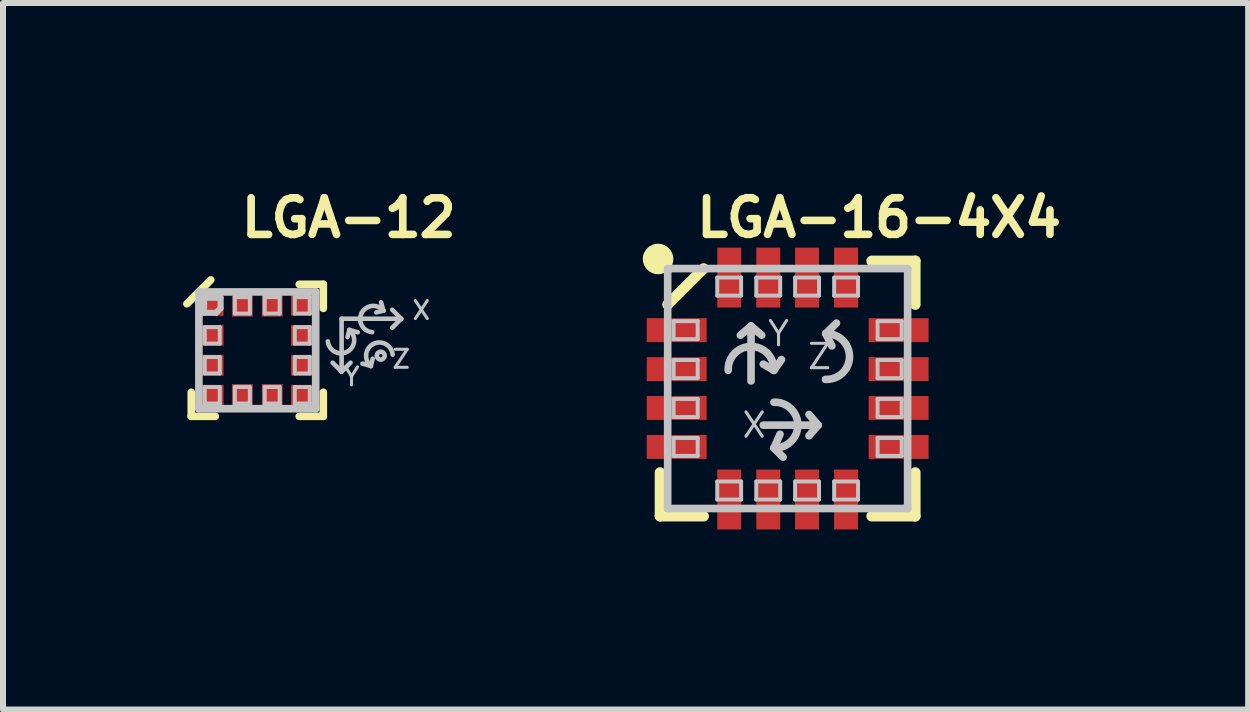
<source format=kicad_pcb>
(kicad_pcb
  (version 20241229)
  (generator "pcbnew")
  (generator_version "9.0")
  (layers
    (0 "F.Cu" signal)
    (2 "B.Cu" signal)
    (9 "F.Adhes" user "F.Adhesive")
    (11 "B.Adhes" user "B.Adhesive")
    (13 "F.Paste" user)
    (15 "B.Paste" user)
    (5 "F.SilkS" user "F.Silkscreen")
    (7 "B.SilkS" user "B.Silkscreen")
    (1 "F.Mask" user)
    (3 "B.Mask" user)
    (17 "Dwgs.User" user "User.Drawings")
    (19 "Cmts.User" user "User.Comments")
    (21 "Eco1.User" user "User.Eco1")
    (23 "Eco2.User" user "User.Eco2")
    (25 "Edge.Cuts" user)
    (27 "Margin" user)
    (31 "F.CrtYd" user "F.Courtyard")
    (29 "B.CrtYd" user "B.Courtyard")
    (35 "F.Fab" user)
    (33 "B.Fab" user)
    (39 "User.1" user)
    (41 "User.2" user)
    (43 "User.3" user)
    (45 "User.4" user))
  (footprint "LGA-16-4X4"
    (layer "F.Cu")
    (at 10.074 3.424)
    (property "Reference" "LGA-16-4X4" (at 1.524 -2.845 0) (layer "F.SilkS") (effects (font (size 0.61 0.61) (thickness 0.127))))
    (attr smd)
    (fp_line (start -2.126 2.126) (end -2.126 1.4) (stroke (width 0.178) (type solid)) (layer "F.SilkS"))
    (fp_line (start -2.126 2.126) (end -1.4 2.126) (stroke (width 0.178) (type solid)) (layer "F.SilkS"))
    (fp_line (start -1.999 -1.4) (end -1.4 -1.999) (stroke (width 0.178) (type solid)) (layer "F.SilkS"))
    (fp_line (start 2.126 -2.126) (end 1.4 -2.126) (stroke (width 0.178) (type solid)) (layer "F.SilkS"))
    (fp_line (start 2.126 -2.126) (end 2.126 -1.4) (stroke (width 0.178) (type solid)) (layer "F.SilkS"))
    (fp_line (start 2.126 2.126) (end 1.4 2.126) (stroke (width 0.178) (type solid)) (layer "F.SilkS"))
    (fp_line (start 2.126 2.126) (end 2.126 1.4) (stroke (width 0.178) (type solid)) (layer "F.SilkS"))
    (fp_circle (center -2.159 -2.159) (end -2.159 -2.413) (stroke (width 0) (type solid)) (fill yes) (layer "F.SilkS"))
    (fp_line (start -1.999 -1.999) (end 1.999 -1.999) (stroke (width 0.127) (type solid)) (layer "Dwgs.User"))
    (fp_line (start -1.999 1.999) (end -1.999 -1.999) (stroke (width 0.127) (type solid)) (layer "Dwgs.User"))
    (fp_line (start -1.9 -1.123) (end -1.499 -1.123) (stroke (width 0.066) (type solid)) (layer "Dwgs.User"))
    (fp_line (start -1.9 -0.823) (end -1.9 -1.123) (stroke (width 0.066) (type solid)) (layer "Dwgs.User"))
    (fp_line (start -1.9 -0.823) (end -1.499 -0.823) (stroke (width 0.066) (type solid)) (layer "Dwgs.User"))
    (fp_line (start -1.9 -0.475) (end -1.499 -0.475) (stroke (width 0.066) (type solid)) (layer "Dwgs.User"))
    (fp_line (start -1.9 -0.173) (end -1.9 -0.475) (stroke (width 0.066) (type solid)) (layer "Dwgs.User"))
    (fp_line (start -1.9 -0.173) (end -1.499 -0.173) (stroke (width 0.066) (type solid)) (layer "Dwgs.User"))
    (fp_line (start -1.9 0.173) (end -1.499 0.173) (stroke (width 0.066) (type solid)) (layer "Dwgs.User"))
    (fp_line (start -1.9 0.475) (end -1.9 0.173) (stroke (width 0.066) (type solid)) (layer "Dwgs.User"))
    (fp_line (start -1.9 0.475) (end -1.499 0.475) (stroke (width 0.066) (type solid)) (layer "Dwgs.User"))
    (fp_line (start -1.9 0.823) (end -1.499 0.823) (stroke (width 0.066) (type solid)) (layer "Dwgs.User"))
    (fp_line (start -1.9 1.123) (end -1.9 0.823) (stroke (width 0.066) (type solid)) (layer "Dwgs.User"))
    (fp_line (start -1.9 1.123) (end -1.499 1.123) (stroke (width 0.066) (type solid)) (layer "Dwgs.User"))
    (fp_line (start -1.499 -0.823) (end -1.499 -1.123) (stroke (width 0.066) (type solid)) (layer "Dwgs.User"))
    (fp_line (start -1.499 -0.173) (end -1.499 -0.475) (stroke (width 0.066) (type solid)) (layer "Dwgs.User"))
    (fp_line (start -1.499 0.475) (end -1.499 0.173) (stroke (width 0.066) (type solid)) (layer "Dwgs.User"))
    (fp_line (start -1.499 1.123) (end -1.499 0.823) (stroke (width 0.066) (type solid)) (layer "Dwgs.User"))
    (fp_line (start -1.173 -1.849) (end -0.775 -1.849) (stroke (width 0.066) (type solid)) (layer "Dwgs.User"))
    (fp_line (start -1.173 -1.549) (end -1.173 -1.849) (stroke (width 0.066) (type solid)) (layer "Dwgs.User"))
    (fp_line (start -1.173 -1.549) (end -0.775 -1.549) (stroke (width 0.066) (type solid)) (layer "Dwgs.User"))
    (fp_line (start -1.173 1.549) (end -0.775 1.549) (stroke (width 0.066) (type solid)) (layer "Dwgs.User"))
    (fp_line (start -1.173 1.849) (end -1.173 1.549) (stroke (width 0.066) (type solid)) (layer "Dwgs.User"))
    (fp_line (start -1.173 1.849) (end -0.775 1.849) (stroke (width 0.066) (type solid)) (layer "Dwgs.User"))
    (fp_line (start -0.775 -1.549) (end -0.775 -1.849) (stroke (width 0.066) (type solid)) (layer "Dwgs.User"))
    (fp_line (start -0.775 1.849) (end -0.775 1.549) (stroke (width 0.066) (type solid)) (layer "Dwgs.User"))
    (fp_line (start -0.61 -1.041) (end -0.787 -0.889) (stroke (width 0.127) (type solid)) (layer "Dwgs.User"))
    (fp_line (start -0.61 -1.041) (end -0.61 -0.127) (stroke (width 0.127) (type solid)) (layer "Dwgs.User"))
    (fp_line (start -0.61 -1.041) (end -0.432 -0.889) (stroke (width 0.127) (type solid)) (layer "Dwgs.User"))
    (fp_line (start -0.523 -1.849) (end -0.124 -1.849) (stroke (width 0.066) (type solid)) (layer "Dwgs.User"))
    (fp_line (start -0.523 -1.549) (end -0.523 -1.849) (stroke (width 0.066) (type solid)) (layer "Dwgs.User"))
    (fp_line (start -0.523 -1.549) (end -0.124 -1.549) (stroke (width 0.066) (type solid)) (layer "Dwgs.User"))
    (fp_line (start -0.523 1.549) (end -0.124 1.549) (stroke (width 0.066) (type solid)) (layer "Dwgs.User"))
    (fp_line (start -0.523 1.849) (end -0.523 1.549) (stroke (width 0.066) (type solid)) (layer "Dwgs.User"))
    (fp_line (start -0.523 1.849) (end -0.124 1.849) (stroke (width 0.066) (type solid)) (layer "Dwgs.User"))
    (fp_line (start -0.229 -0.305) (end -0.406 -0.406) (stroke (width 0.127) (type solid)) (layer "Dwgs.User"))
    (fp_line (start -0.229 -0.305) (end -0.102 -0.483) (stroke (width 0.127) (type solid)) (layer "Dwgs.User"))
    (fp_line (start -0.229 0.991) (end -0.127 0.762) (stroke (width 0.127) (type solid)) (layer "Dwgs.User"))
    (fp_line (start -0.229 0.991) (end -0.076 1.143) (stroke (width 0.127) (type solid)) (layer "Dwgs.User"))
    (fp_line (start -0.124 -1.549) (end -0.124 -1.849) (stroke (width 0.066) (type solid)) (layer "Dwgs.User"))
    (fp_line (start -0.124 1.849) (end -0.124 1.549) (stroke (width 0.066) (type solid)) (layer "Dwgs.User"))
    (fp_line (start 0.124 -1.849) (end 0.523 -1.849) (stroke (width 0.066) (type solid)) (layer "Dwgs.User"))
    (fp_line (start 0.124 -1.549) (end 0.124 -1.849) (stroke (width 0.066) (type solid)) (layer "Dwgs.User"))
    (fp_line (start 0.124 -1.549) (end 0.523 -1.549) (stroke (width 0.066) (type solid)) (layer "Dwgs.User"))
    (fp_line (start 0.124 1.549) (end 0.523 1.549) (stroke (width 0.066) (type solid)) (layer "Dwgs.User"))
    (fp_line (start 0.124 1.849) (end 0.124 1.549) (stroke (width 0.066) (type solid)) (layer "Dwgs.User"))
    (fp_line (start 0.124 1.849) (end 0.523 1.849) (stroke (width 0.066) (type solid)) (layer "Dwgs.User"))
    (fp_line (start 0.508 0.61) (end -0.406 0.61) (stroke (width 0.127) (type solid)) (layer "Dwgs.User"))
    (fp_line (start 0.508 0.61) (end 0.356 0.432) (stroke (width 0.127) (type solid)) (layer "Dwgs.User"))
    (fp_line (start 0.508 0.61) (end 0.356 0.787) (stroke (width 0.127) (type solid)) (layer "Dwgs.User"))
    (fp_line (start 0.523 -1.549) (end 0.523 -1.849) (stroke (width 0.066) (type solid)) (layer "Dwgs.User"))
    (fp_line (start 0.523 1.849) (end 0.523 1.549) (stroke (width 0.066) (type solid)) (layer "Dwgs.User"))
    (fp_line (start 0.635 -0.914) (end 0.737 -0.711) (stroke (width 0.127) (type solid)) (layer "Dwgs.User"))
    (fp_line (start 0.635 -0.914) (end 0.813 -1.09) (stroke (width 0.127) (type solid)) (layer "Dwgs.User"))
    (fp_line (start 0.775 -1.849) (end 1.173 -1.849) (stroke (width 0.066) (type solid)) (layer "Dwgs.User"))
    (fp_line (start 0.775 -1.549) (end 0.775 -1.849) (stroke (width 0.066) (type solid)) (layer "Dwgs.User"))
    (fp_line (start 0.775 -1.549) (end 1.173 -1.549) (stroke (width 0.066) (type solid)) (layer "Dwgs.User"))
    (fp_line (start 0.775 1.549) (end 1.173 1.549) (stroke (width 0.066) (type solid)) (layer "Dwgs.User"))
    (fp_line (start 0.775 1.849) (end 0.775 1.549) (stroke (width 0.066) (type solid)) (layer "Dwgs.User"))
    (fp_line (start 0.775 1.849) (end 1.173 1.849) (stroke (width 0.066) (type solid)) (layer "Dwgs.User"))
    (fp_line (start 1.173 -1.549) (end 1.173 -1.849) (stroke (width 0.066) (type solid)) (layer "Dwgs.User"))
    (fp_line (start 1.173 1.849) (end 1.173 1.549) (stroke (width 0.066) (type solid)) (layer "Dwgs.User"))
    (fp_line (start 1.499 -1.123) (end 1.9 -1.123) (stroke (width 0.066) (type solid)) (layer "Dwgs.User"))
    (fp_line (start 1.499 -0.823) (end 1.499 -1.123) (stroke (width 0.066) (type solid)) (layer "Dwgs.User"))
    (fp_line (start 1.499 -0.823) (end 1.9 -0.823) (stroke (width 0.066) (type solid)) (layer "Dwgs.User"))
    (fp_line (start 1.499 -0.475) (end 1.9 -0.475) (stroke (width 0.066) (type solid)) (layer "Dwgs.User"))
    (fp_line (start 1.499 -0.173) (end 1.499 -0.475) (stroke (width 0.066) (type solid)) (layer "Dwgs.User"))
    (fp_line (start 1.499 -0.173) (end 1.9 -0.173) (stroke (width 0.066) (type solid)) (layer "Dwgs.User"))
    (fp_line (start 1.499 0.173) (end 1.9 0.173) (stroke (width 0.066) (type solid)) (layer "Dwgs.User"))
    (fp_line (start 1.499 0.475) (end 1.499 0.173) (stroke (width 0.066) (type solid)) (layer "Dwgs.User"))
    (fp_line (start 1.499 0.475) (end 1.9 0.475) (stroke (width 0.066) (type solid)) (layer "Dwgs.User"))
    (fp_line (start 1.499 0.823) (end 1.9 0.823) (stroke (width 0.066) (type solid)) (layer "Dwgs.User"))
    (fp_line (start 1.499 1.123) (end 1.499 0.823) (stroke (width 0.066) (type solid)) (layer "Dwgs.User"))
    (fp_line (start 1.499 1.123) (end 1.9 1.123) (stroke (width 0.066) (type solid)) (layer "Dwgs.User"))
    (fp_line (start 1.9 -0.823) (end 1.9 -1.123) (stroke (width 0.066) (type solid)) (layer "Dwgs.User"))
    (fp_line (start 1.9 -0.173) (end 1.9 -0.475) (stroke (width 0.066) (type solid)) (layer "Dwgs.User"))
    (fp_line (start 1.9 0.475) (end 1.9 0.173) (stroke (width 0.066) (type solid)) (layer "Dwgs.User"))
    (fp_line (start 1.9 1.123) (end 1.9 0.823) (stroke (width 0.066) (type solid)) (layer "Dwgs.User"))
    (fp_line (start 1.999 -1.999) (end 1.999 1.999) (stroke (width 0.127) (type solid)) (layer "Dwgs.User"))
    (fp_line (start 1.999 1.999) (end -1.999 1.999) (stroke (width 0.127) (type solid)) (layer "Dwgs.User"))
    (fp_arc (start -0.9906 -0.3048) (mid -0.607208 -0.701337) (end -0.228821 -0.300022) (stroke (width 0.127) (type solid)) (layer "Dwgs.User"))
    (fp_arc (start -0.2286 0.2286) (mid 0.170595 0.609454) (end -0.228309 0.990613) (stroke (width 0.127) (type solid)) (layer "Dwgs.User"))
    (fp_arc (start 0.635 -0.9144) (mid 1.031537 -0.531008) (end 0.630222 -0.152621) (stroke (width 0.127) (type solid)) (layer "Dwgs.User"))
    (fp_text user "X" (at -0.559 0.61 0) (layer "Dwgs.User") (effects (font (size 0.406 0.406) (thickness 0.051))))
    (fp_text user "Y" (at -0.152 -0.914 0) (layer "Dwgs.User") (effects (font (size 0.406 0.406) (thickness 0.051))))
    (fp_text user "Z" (at 0.533 -0.533 0) (layer "Dwgs.User") (effects (font (size 0.406 0.406) (thickness 0.051))))
    (pad "1" smd rect (at -1.849 -0.973 180) (size 0.998 0.399) (layers "F.Cu" "F.Mask" "F.Paste"))
    (pad "2" smd rect (at -1.849 -0.323 180) (size 0.998 0.399) (layers "F.Cu" "F.Mask" "F.Paste"))
    (pad "3" smd rect (at -1.849 0.323 180) (size 0.998 0.399) (layers "F.Cu" "F.Mask" "F.Paste"))
    (pad "4" smd rect (at -1.849 0.973 180) (size 0.998 0.399) (layers "F.Cu" "F.Mask" "F.Paste"))
    (pad "5" smd rect (at -0.973 1.849 270) (size 0.998 0.399) (layers "F.Cu" "F.Mask" "F.Paste"))
    (pad "6" smd rect (at -0.323 1.849 270) (size 0.998 0.399) (layers "F.Cu" "F.Mask" "F.Paste"))
    (pad "7" smd rect (at 0.323 1.849 270) (size 0.998 0.399) (layers "F.Cu" "F.Mask" "F.Paste"))
    (pad "8" smd rect (at 0.973 1.849 270) (size 0.998 0.399) (layers "F.Cu" "F.Mask" "F.Paste"))
    (pad "9" smd rect (at 1.849 0.973) (size 0.998 0.399) (layers "F.Cu" "F.Mask" "F.Paste"))
    (pad "10" smd rect (at 1.849 0.323) (size 0.998 0.399) (layers "F.Cu" "F.Mask" "F.Paste"))
    (pad "11" smd rect (at 1.849 -0.323) (size 0.998 0.399) (layers "F.Cu" "F.Mask" "F.Paste"))
    (pad "12" smd rect (at 1.849 -0.973) (size 0.998 0.399) (layers "F.Cu" "F.Mask" "F.Paste"))
    (pad "13" smd rect (at 0.973 -1.849 90) (size 0.998 0.399) (layers "F.Cu" "F.Mask" "F.Paste"))
    (pad "14" smd rect (at 0.323 -1.849 90) (size 0.998 0.399) (layers "F.Cu" "F.Mask" "F.Paste"))
    (pad "15" smd rect (at -0.323 -1.849 90) (size 0.998 0.399) (layers "F.Cu" "F.Mask" "F.Paste"))
    (pad "16" smd rect (at -0.973 -1.849 90) (size 0.998 0.399) (layers "F.Cu" "F.Mask" "F.Paste")))
  (footprint "LGA-12"
    (layer "F.Cu")
    (at 1.237 2.787)
    (property "Reference" "LGA-12" (at 1.524 -2.207 0) (layer "F.SilkS") (effects (font (size 0.61 0.61) (thickness 0.127))))
    (attr smd)
    (fp_line (start -1.173 -0.775) (end -0.775 -1.173) (stroke (width 0.127) (type solid)) (layer "F.SilkS"))
    (fp_line (start -1.1 1.1) (end -1.1 0.699) (stroke (width 0.127) (type solid)) (layer "F.SilkS"))
    (fp_line (start -1.1 1.1) (end -0.699 1.1) (stroke (width 0.127) (type solid)) (layer "F.SilkS"))
    (fp_line (start 1.1 -1.1) (end 0.699 -1.1) (stroke (width 0.127) (type solid)) (layer "F.SilkS"))
    (fp_line (start 1.1 -1.1) (end 1.1 -0.699) (stroke (width 0.127) (type solid)) (layer "F.SilkS"))
    (fp_line (start 1.1 1.1) (end 0.699 1.1) (stroke (width 0.127) (type solid)) (layer "F.SilkS"))
    (fp_line (start 1.1 1.1) (end 1.1 0.699) (stroke (width 0.127) (type solid)) (layer "F.SilkS"))
    (fp_line (start -0.973 -0.973) (end 0.973 -0.973) (stroke (width 0.127) (type solid)) (layer "Dwgs.User"))
    (fp_line (start -0.973 0.973) (end -0.973 -0.973) (stroke (width 0.127) (type solid)) (layer "Dwgs.User"))
    (fp_line (start -0.886 -0.874) (end -0.612 -0.874) (stroke (width 0.1) (type solid)) (layer "Dwgs.User"))
    (fp_line (start -0.886 -0.625) (end -0.886 -0.874) (stroke (width 0.1) (type solid)) (layer "Dwgs.User"))
    (fp_line (start -0.874 -0.386) (end -0.625 -0.386) (stroke (width 0.066) (type solid)) (layer "Dwgs.User"))
    (fp_line (start -0.874 -0.112) (end -0.874 -0.386) (stroke (width 0.066) (type solid)) (layer "Dwgs.User"))
    (fp_line (start -0.874 -0.112) (end -0.625 -0.112) (stroke (width 0.066) (type solid)) (layer "Dwgs.User"))
    (fp_line (start -0.874 0.112) (end -0.625 0.112) (stroke (width 0.066) (type solid)) (layer "Dwgs.User"))
    (fp_line (start -0.874 0.386) (end -0.874 0.112) (stroke (width 0.066) (type solid)) (layer "Dwgs.User"))
    (fp_line (start -0.874 0.386) (end -0.625 0.386) (stroke (width 0.066) (type solid)) (layer "Dwgs.User"))
    (fp_line (start -0.874 0.612) (end -0.625 0.612) (stroke (width 0.066) (type solid)) (layer "Dwgs.User"))
    (fp_line (start -0.874 0.886) (end -0.874 0.612) (stroke (width 0.066) (type solid)) (layer "Dwgs.User"))
    (fp_line (start -0.874 0.886) (end -0.625 0.886) (stroke (width 0.066) (type solid)) (layer "Dwgs.User"))
    (fp_line (start -0.686 -0.625) (end -0.886 -0.625) (stroke (width 0.1) (type solid)) (layer "Dwgs.User"))
    (fp_line (start -0.625 -0.112) (end -0.625 -0.386) (stroke (width 0.066) (type solid)) (layer "Dwgs.User"))
    (fp_line (start -0.625 0.386) (end -0.625 0.112) (stroke (width 0.066) (type solid)) (layer "Dwgs.User"))
    (fp_line (start -0.625 0.886) (end -0.625 0.612) (stroke (width 0.066) (type solid)) (layer "Dwgs.User"))
    (fp_line (start -0.612 -0.874) (end -0.612 -0.699) (stroke (width 0.1) (type solid)) (layer "Dwgs.User"))
    (fp_line (start -0.612 -0.699) (end -0.686 -0.625) (stroke (width 0.1) (type solid)) (layer "Dwgs.User"))
    (fp_line (start -0.373 -0.886) (end -0.124 -0.886) (stroke (width 0.066) (type solid)) (layer "Dwgs.User"))
    (fp_line (start -0.373 -0.612) (end -0.373 -0.886) (stroke (width 0.066) (type solid)) (layer "Dwgs.User"))
    (fp_line (start -0.373 -0.612) (end -0.124 -0.612) (stroke (width 0.066) (type solid)) (layer "Dwgs.User"))
    (fp_line (start -0.373 0.612) (end -0.124 0.612) (stroke (width 0.066) (type solid)) (layer "Dwgs.User"))
    (fp_line (start -0.373 0.886) (end -0.373 0.612) (stroke (width 0.066) (type solid)) (layer "Dwgs.User"))
    (fp_line (start -0.373 0.886) (end -0.124 0.886) (stroke (width 0.066) (type solid)) (layer "Dwgs.User"))
    (fp_line (start -0.124 -0.612) (end -0.124 -0.886) (stroke (width 0.066) (type solid)) (layer "Dwgs.User"))
    (fp_line (start -0.124 0.886) (end -0.124 0.612) (stroke (width 0.066) (type solid)) (layer "Dwgs.User"))
    (fp_line (start 0.124 -0.886) (end 0.373 -0.886) (stroke (width 0.066) (type solid)) (layer "Dwgs.User"))
    (fp_line (start 0.124 -0.612) (end 0.124 -0.886) (stroke (width 0.066) (type solid)) (layer "Dwgs.User"))
    (fp_line (start 0.124 -0.612) (end 0.373 -0.612) (stroke (width 0.066) (type solid)) (layer "Dwgs.User"))
    (fp_line (start 0.124 0.612) (end 0.373 0.612) (stroke (width 0.066) (type solid)) (layer "Dwgs.User"))
    (fp_line (start 0.124 0.886) (end 0.124 0.612) (stroke (width 0.066) (type solid)) (layer "Dwgs.User"))
    (fp_line (start 0.124 0.886) (end 0.373 0.886) (stroke (width 0.066) (type solid)) (layer "Dwgs.User"))
    (fp_line (start 0.373 -0.612) (end 0.373 -0.886) (stroke (width 0.066) (type solid)) (layer "Dwgs.User"))
    (fp_line (start 0.373 0.886) (end 0.373 0.612) (stroke (width 0.066) (type solid)) (layer "Dwgs.User"))
    (fp_line (start 0.625 -0.886) (end 0.874 -0.886) (stroke (width 0.066) (type solid)) (layer "Dwgs.User"))
    (fp_line (start 0.625 -0.612) (end 0.625 -0.886) (stroke (width 0.066) (type solid)) (layer "Dwgs.User"))
    (fp_line (start 0.625 -0.612) (end 0.874 -0.612) (stroke (width 0.066) (type solid)) (layer "Dwgs.User"))
    (fp_line (start 0.625 -0.386) (end 0.874 -0.386) (stroke (width 0.066) (type solid)) (layer "Dwgs.User"))
    (fp_line (start 0.625 -0.112) (end 0.625 -0.386) (stroke (width 0.066) (type solid)) (layer "Dwgs.User"))
    (fp_line (start 0.625 -0.112) (end 0.874 -0.112) (stroke (width 0.066) (type solid)) (layer "Dwgs.User"))
    (fp_line (start 0.625 0.112) (end 0.874 0.112) (stroke (width 0.066) (type solid)) (layer "Dwgs.User"))
    (fp_line (start 0.625 0.386) (end 0.625 0.112) (stroke (width 0.066) (type solid)) (layer "Dwgs.User"))
    (fp_line (start 0.625 0.386) (end 0.874 0.386) (stroke (width 0.066) (type solid)) (layer "Dwgs.User"))
    (fp_line (start 0.625 0.612) (end 0.874 0.612) (stroke (width 0.066) (type solid)) (layer "Dwgs.User"))
    (fp_line (start 0.625 0.886) (end 0.625 0.612) (stroke (width 0.066) (type solid)) (layer "Dwgs.User"))
    (fp_line (start 0.625 0.886) (end 0.874 0.886) (stroke (width 0.066) (type solid)) (layer "Dwgs.User"))
    (fp_line (start 0.874 -0.612) (end 0.874 -0.886) (stroke (width 0.066) (type solid)) (layer "Dwgs.User"))
    (fp_line (start 0.874 -0.112) (end 0.874 -0.386) (stroke (width 0.066) (type solid)) (layer "Dwgs.User"))
    (fp_line (start 0.874 0.386) (end 0.874 0.112) (stroke (width 0.066) (type solid)) (layer "Dwgs.User"))
    (fp_line (start 0.874 0.886) (end 0.874 0.612) (stroke (width 0.066) (type solid)) (layer "Dwgs.User"))
    (fp_line (start 0.973 -0.973) (end 0.973 0.973) (stroke (width 0.127) (type solid)) (layer "Dwgs.User"))
    (fp_line (start 0.973 0.973) (end -0.973 0.973) (stroke (width 0.127) (type solid)) (layer "Dwgs.User"))
    (fp_line (start 1.405 0.353) (end 1.405 -0.526) (stroke (width 0.076) (type solid)) (layer "Dwgs.User"))
    (fp_line (start 1.405 0.356) (end 1.255 0.206) (stroke (width 0.076) (type solid)) (layer "Dwgs.User"))
    (fp_line (start 1.405 0.356) (end 1.554 0.206) (stroke (width 0.076) (type solid)) (layer "Dwgs.User"))
    (fp_line (start 1.534 -0.34) (end 1.504 -0.221) (stroke (width 0.076) (type solid)) (layer "Dwgs.User"))
    (fp_line (start 1.534 -0.34) (end 1.674 -0.3) (stroke (width 0.076) (type solid)) (layer "Dwgs.User"))
    (fp_line (start 1.892 0.262) (end 1.753 0.221) (stroke (width 0.076) (type solid)) (layer "Dwgs.User"))
    (fp_line (start 1.892 0.262) (end 1.923 0.14) (stroke (width 0.076) (type solid)) (layer "Dwgs.User"))
    (fp_line (start 2.103 -0.66) (end 1.984 -0.632) (stroke (width 0.076) (type solid)) (layer "Dwgs.User"))
    (fp_line (start 2.103 -0.66) (end 2.062 -0.8) (stroke (width 0.076) (type solid)) (layer "Dwgs.User"))
    (fp_line (start 2.398 -0.526) (end 1.405 -0.526) (stroke (width 0.076) (type solid)) (layer "Dwgs.User"))
    (fp_line (start 2.398 -0.526) (end 2.248 -0.676) (stroke (width 0.076) (type solid)) (layer "Dwgs.User"))
    (fp_line (start 2.398 -0.526) (end 2.248 -0.376) (stroke (width 0.076) (type solid)) (layer "Dwgs.User"))
    (fp_arc (start 1.53416 -0.34036) (mid 1.498225 0.024011) (end 1.175342 -0.148627) (stroke (width 0.0762) (type solid)) (layer "Dwgs.User"))
    (fp_arc (start 1.8923 0.26162) (mid 1.931747 -0.105098) (end 2.255454 0.071683) (stroke (width 0.0762) (type solid)) (layer "Dwgs.User"))
    (fp_arc (start 1.91262 -0.30226) (mid 1.738904 -0.623067) (end 2.101769 -0.660792) (stroke (width 0.0762) (type solid)) (layer "Dwgs.User"))
    (fp_circle (center 2.057 0.089) (end 2.057 0.061) (stroke (width 0.076) (type solid)) (fill no) (layer "Dwgs.User"))
    (fp_line (start -0.549 -0.549) (end 0.549 -0.549) (stroke (width 0.066) (type solid)) (layer "Eco2.User"))
    (fp_line (start -0.549 0.549) (end -0.549 -0.549) (stroke (width 0.066) (type solid)) (layer "Eco2.User"))
    (fp_line (start -0.549 0.549) (end 0.549 0.549) (stroke (width 0.066) (type solid)) (layer "Eco2.User"))
    (fp_line (start 0.549 0.549) (end 0.549 -0.549) (stroke (width 0.066) (type solid)) (layer "Eco2.User"))
    (fp_text user "Y" (at 1.57 0.439 0) (layer "Dwgs.User") (effects (font (size 0.3 0.3) (thickness 0.051)) (justify mirror)))
    (fp_text user "X" (at 2.733 -0.665 0) (layer "Dwgs.User") (effects (font (size 0.3 0.3) (thickness 0.051)) (justify mirror)))
    (fp_text user "Z" (at 2.398 0.147 0) (layer "Dwgs.User") (effects (font (size 0.3 0.3) (thickness 0.051))))
    (pad "1" smd rect (at -0.749 -0.749 90) (size 0.348 0.373) (layers "F.Cu" "F.Mask" "F.Paste"))
    (pad "2" smd rect (at -0.749 -0.249 90) (size 0.348 0.373) (layers "F.Cu" "F.Mask" "F.Paste"))
    (pad "3" smd rect (at -0.749 0.249 90) (size 0.348 0.373) (layers "F.Cu" "F.Mask" "F.Paste"))
    (pad "4" smd rect (at -0.749 0.749 90) (size 0.348 0.373) (layers "F.Cu" "F.Mask" "F.Paste"))
    (pad "5" smd rect (at -0.249 0.749 180) (size 0.348 0.373) (layers "F.Cu" "F.Mask" "F.Paste"))
    (pad "6" smd rect (at 0.249 0.749 180) (size 0.348 0.373) (layers "F.Cu" "F.Mask" "F.Paste"))
    (pad "7" smd rect (at 0.749 0.749 270) (size 0.348 0.373) (layers "F.Cu" "F.Mask" "F.Paste"))
    (pad "8" smd rect (at 0.749 0.249 270) (size 0.348 0.373) (layers "F.Cu" "F.Mask" "F.Paste"))
    (pad "9" smd rect (at 0.749 -0.249 270) (size 0.348 0.373) (layers "F.Cu" "F.Mask" "F.Paste"))
    (pad "10" smd rect (at 0.749 -0.749 270) (size 0.348 0.373) (layers "F.Cu" "F.Mask" "F.Paste"))
    (pad "11" smd rect (at 0.249 -0.749) (size 0.348 0.373) (layers "F.Cu" "F.Mask" "F.Paste"))
    (pad "12" smd rect (at -0.249 -0.749) (size 0.348 0.373) (layers "F.Cu" "F.Mask" "F.Paste")))
  (gr_rect
    (start -3 -3)
    (end 17.747 8.773)
    (stroke (width 0.1) (type default))
    (fill no)
    (layer "Edge.Cuts")))
</source>
